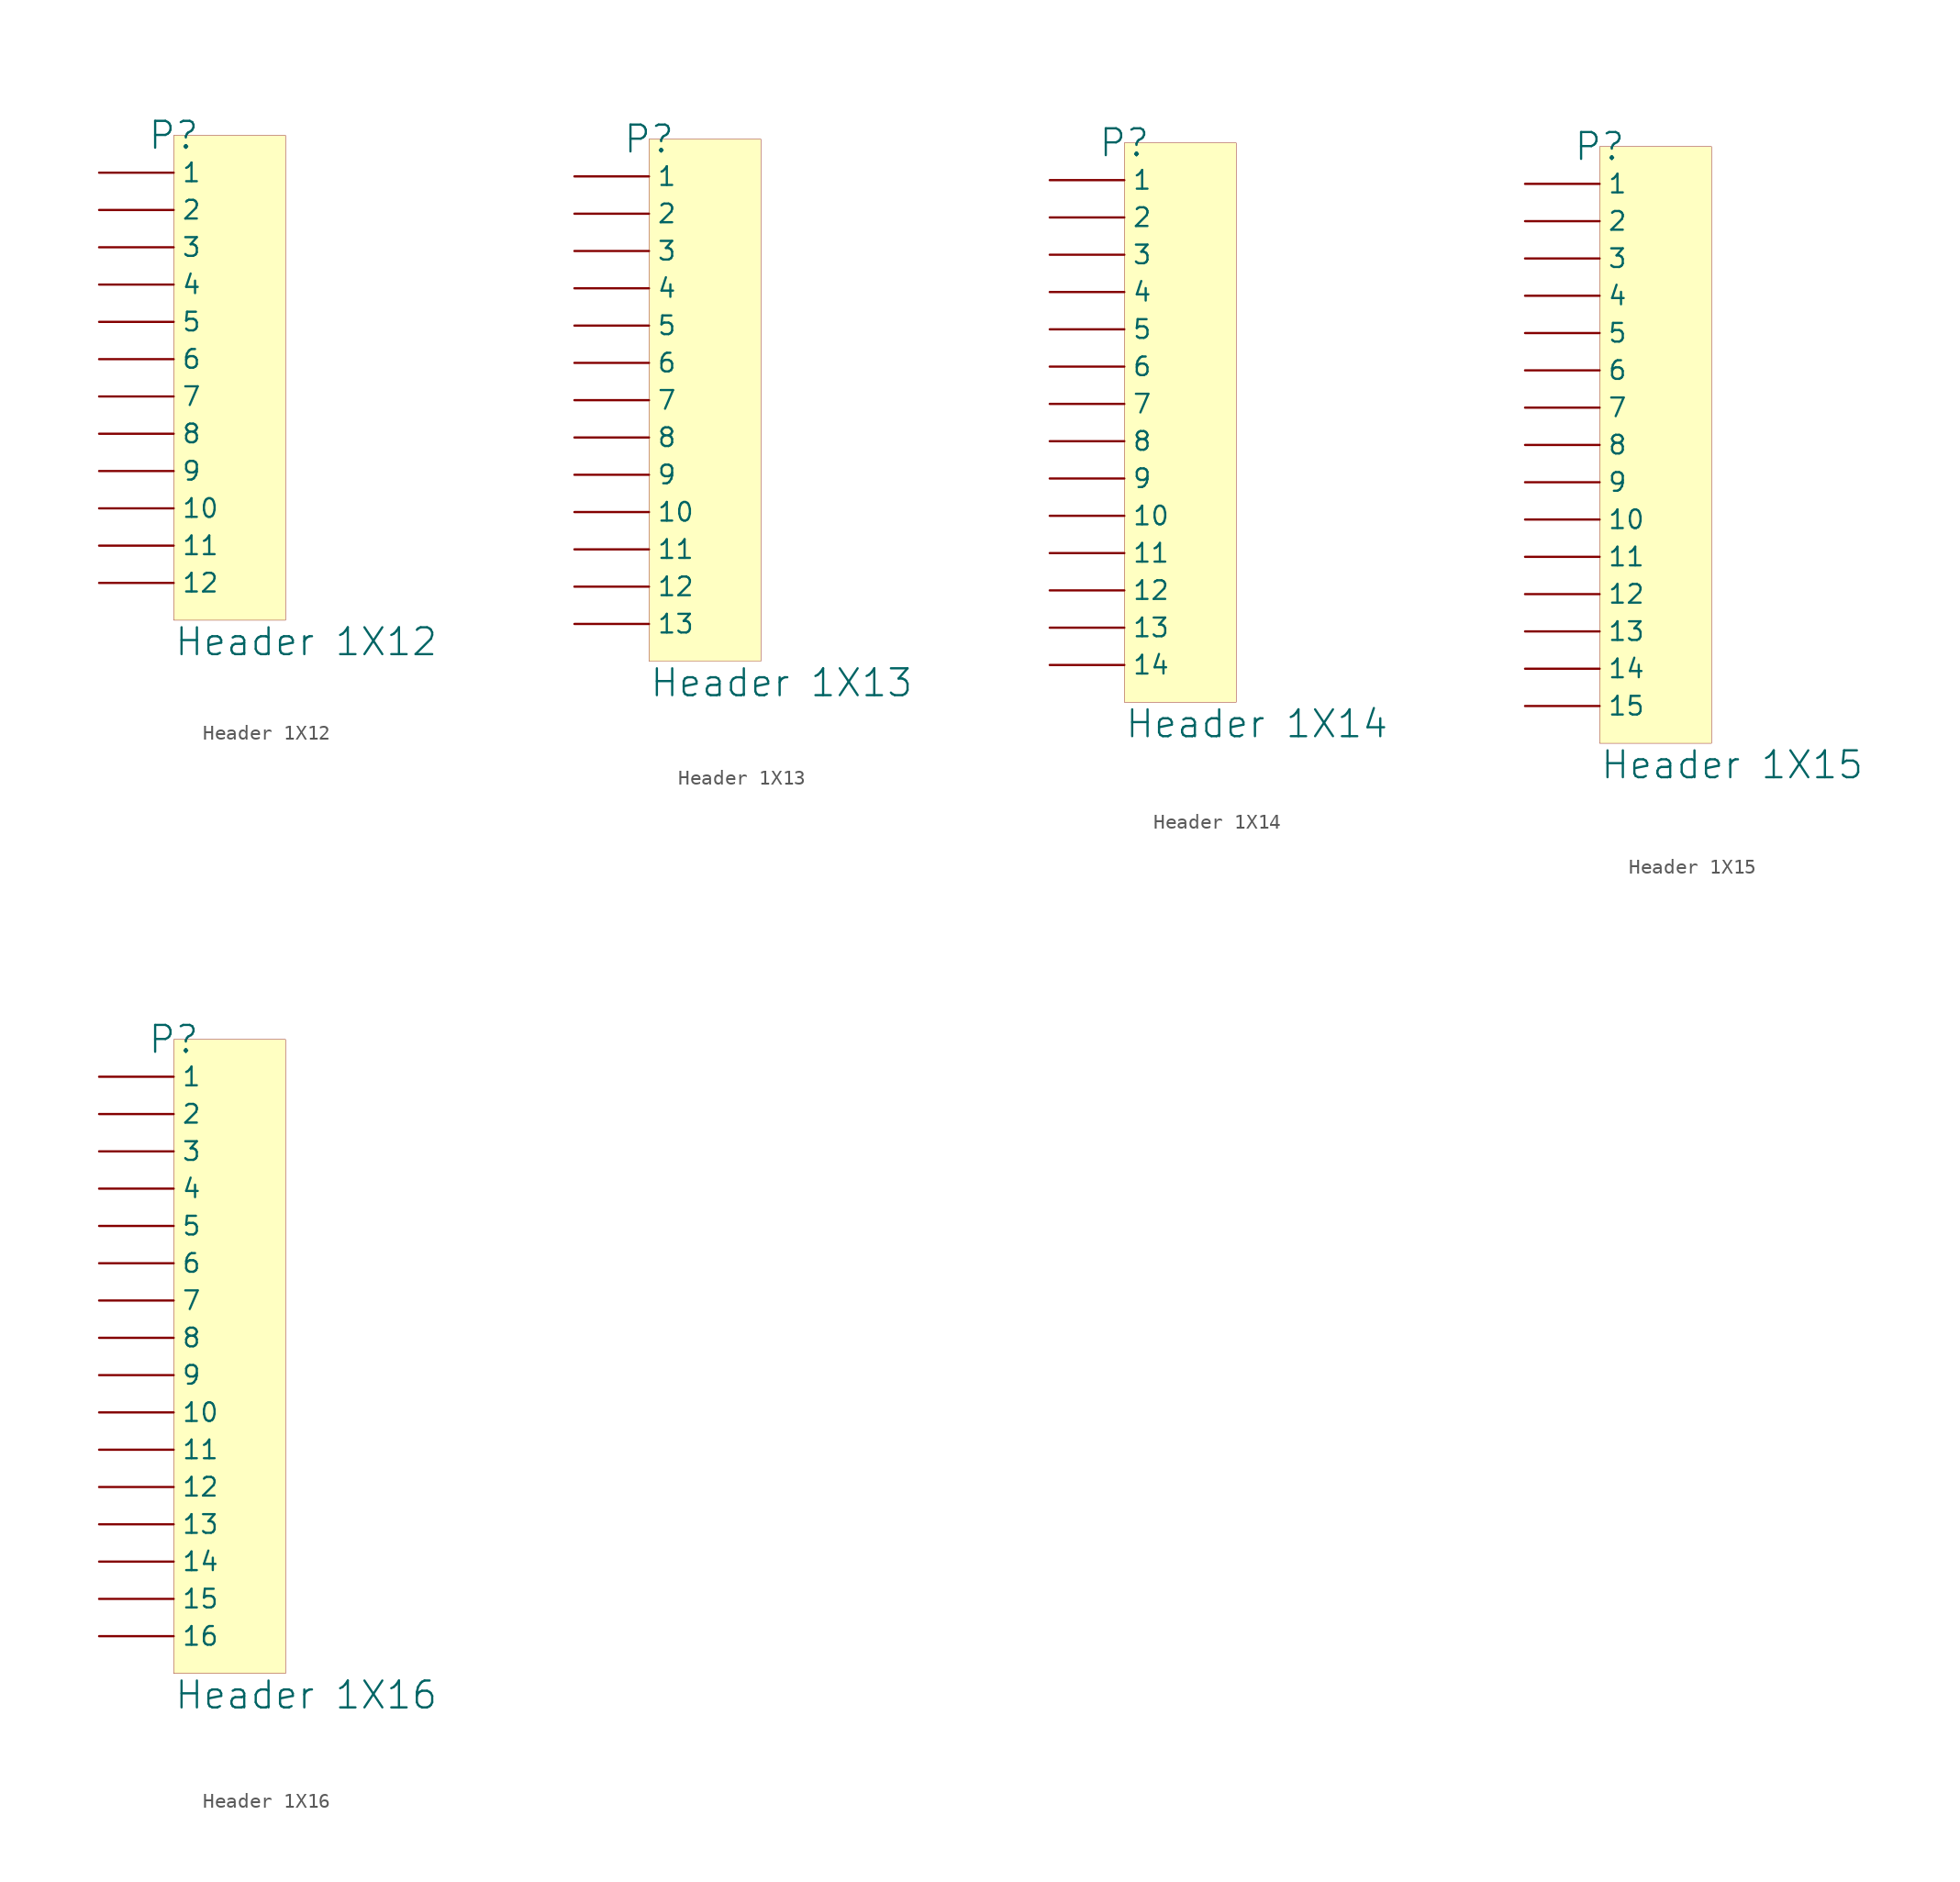
<source format=kicad_sym>
(kicad_symbol_lib
  (version 20241209)
  (generator "kicad_symbol_editor")
  (generator_version "9.0")
  (symbol "Header 1X12"
    (pin_numbers
      (hide yes))
    (property "Reference" "P"
      (at 0 0 0)
      (effects (font (size 1.829 1.829))))
    (property "Value" "Header 1X12"
      (at 0 -35.56 0)
      (effects (font (size 1.829 1.829)) (justify left bottom)))
    (symbol "Header 1X12_1_0"
      (rectangle (start 7.62 0) (end 0 -33.02) (stroke (width 0.025) (type solid) (color 128 0 0 1)) (fill (type background)))
      (pin passive line (at -5.08 -2.54 0) (length 5.08) (name "1" (effects (font (size 1.27 1.27)))) (number "1" (effects (font (size 1.27 1.27)))))
      (pin passive line (at -5.08 -5.08 0) (length 5.08) (name "2" (effects (font (size 1.27 1.27)))) (number "2" (effects (font (size 1.27 1.27)))))
      (pin passive line (at -5.08 -7.62 0) (length 5.08) (name "3" (effects (font (size 1.27 1.27)))) (number "3" (effects (font (size 1.27 1.27)))))
      (pin passive line (at -5.08 -10.16 0) (length 5.08) (name "4" (effects (font (size 1.27 1.27)))) (number "4" (effects (font (size 1.27 1.27)))))
      (pin passive line (at -5.08 -12.7 0) (length 5.08) (name "5" (effects (font (size 1.27 1.27)))) (number "5" (effects (font (size 1.27 1.27)))))
      (pin passive line (at -5.08 -15.24 0) (length 5.08) (name "6" (effects (font (size 1.27 1.27)))) (number "6" (effects (font (size 1.27 1.27)))))
      (pin passive line (at -5.08 -17.78 0) (length 5.08) (name "7" (effects (font (size 1.27 1.27)))) (number "7" (effects (font (size 1.27 1.27)))))
      (pin passive line (at -5.08 -20.32 0) (length 5.08) (name "8" (effects (font (size 1.27 1.27)))) (number "8" (effects (font (size 1.27 1.27)))))
      (pin passive line (at -5.08 -22.86 0) (length 5.08) (name "9" (effects (font (size 1.27 1.27)))) (number "9" (effects (font (size 1.27 1.27)))))
      (pin passive line (at -5.08 -25.4 0) (length 5.08) (name "10" (effects (font (size 1.27 1.27)))) (number "10" (effects (font (size 1.27 1.27)))))
      (pin passive line (at -5.08 -27.94 0) (length 5.08) (name "11" (effects (font (size 1.27 1.27)))) (number "11" (effects (font (size 1.27 1.27)))))
      (pin passive line (at -5.08 -30.48 0) (length 5.08) (name "12" (effects (font (size 1.27 1.27)))) (number "12" (effects (font (size 1.27 1.27)))))))
  (symbol "Header 1X13"
    (pin_numbers
      (hide yes))
    (property "Reference" "P"
      (at 0 0 0)
      (effects (font (size 1.829 1.829))))
    (property "Value" "Header 1X13"
      (at 0 -38.1 0)
      (effects (font (size 1.829 1.829)) (justify left bottom)))
    (symbol "Header 1X13_1_0"
      (rectangle (start 7.62 0) (end 0 -35.56) (stroke (width 0.025) (type solid) (color 128 0 0 1)) (fill (type background)))
      (pin passive line (at -5.08 -2.54 0) (length 5.08) (name "1" (effects (font (size 1.27 1.27)))) (number "1" (effects (font (size 1.27 1.27)))))
      (pin passive line (at -5.08 -5.08 0) (length 5.08) (name "2" (effects (font (size 1.27 1.27)))) (number "2" (effects (font (size 1.27 1.27)))))
      (pin passive line (at -5.08 -7.62 0) (length 5.08) (name "3" (effects (font (size 1.27 1.27)))) (number "3" (effects (font (size 1.27 1.27)))))
      (pin passive line (at -5.08 -10.16 0) (length 5.08) (name "4" (effects (font (size 1.27 1.27)))) (number "4" (effects (font (size 1.27 1.27)))))
      (pin passive line (at -5.08 -12.7 0) (length 5.08) (name "5" (effects (font (size 1.27 1.27)))) (number "5" (effects (font (size 1.27 1.27)))))
      (pin passive line (at -5.08 -15.24 0) (length 5.08) (name "6" (effects (font (size 1.27 1.27)))) (number "6" (effects (font (size 1.27 1.27)))))
      (pin passive line (at -5.08 -17.78 0) (length 5.08) (name "7" (effects (font (size 1.27 1.27)))) (number "7" (effects (font (size 1.27 1.27)))))
      (pin passive line (at -5.08 -20.32 0) (length 5.08) (name "8" (effects (font (size 1.27 1.27)))) (number "8" (effects (font (size 1.27 1.27)))))
      (pin passive line (at -5.08 -22.86 0) (length 5.08) (name "9" (effects (font (size 1.27 1.27)))) (number "9" (effects (font (size 1.27 1.27)))))
      (pin passive line (at -5.08 -25.4 0) (length 5.08) (name "10" (effects (font (size 1.27 1.27)))) (number "10" (effects (font (size 1.27 1.27)))))
      (pin passive line (at -5.08 -27.94 0) (length 5.08) (name "11" (effects (font (size 1.27 1.27)))) (number "11" (effects (font (size 1.27 1.27)))))
      (pin passive line (at -5.08 -30.48 0) (length 5.08) (name "12" (effects (font (size 1.27 1.27)))) (number "12" (effects (font (size 1.27 1.27)))))
      (pin passive line (at -5.08 -33.02 0) (length 5.08) (name "13" (effects (font (size 1.27 1.27)))) (number "13" (effects (font (size 1.27 1.27)))))))
  (symbol "Header 1X14"
    (pin_numbers
      (hide yes))
    (property "Reference" "P"
      (at 0 0 0)
      (effects (font (size 1.829 1.829))))
    (property "Value" "Header 1X14"
      (at 0 -40.64 0)
      (effects (font (size 1.829 1.829)) (justify left bottom)))
    (symbol "Header 1X14_1_0"
      (rectangle (start 7.62 0) (end 0 -38.1) (stroke (width 0.025) (type solid) (color 128 0 0 1)) (fill (type background)))
      (pin passive line (at -5.08 -2.54 0) (length 5.08) (name "1" (effects (font (size 1.27 1.27)))) (number "1" (effects (font (size 1.27 1.27)))))
      (pin passive line (at -5.08 -5.08 0) (length 5.08) (name "2" (effects (font (size 1.27 1.27)))) (number "2" (effects (font (size 1.27 1.27)))))
      (pin passive line (at -5.08 -7.62 0) (length 5.08) (name "3" (effects (font (size 1.27 1.27)))) (number "3" (effects (font (size 1.27 1.27)))))
      (pin passive line (at -5.08 -10.16 0) (length 5.08) (name "4" (effects (font (size 1.27 1.27)))) (number "4" (effects (font (size 1.27 1.27)))))
      (pin passive line (at -5.08 -12.7 0) (length 5.08) (name "5" (effects (font (size 1.27 1.27)))) (number "5" (effects (font (size 1.27 1.27)))))
      (pin passive line (at -5.08 -15.24 0) (length 5.08) (name "6" (effects (font (size 1.27 1.27)))) (number "6" (effects (font (size 1.27 1.27)))))
      (pin passive line (at -5.08 -17.78 0) (length 5.08) (name "7" (effects (font (size 1.27 1.27)))) (number "7" (effects (font (size 1.27 1.27)))))
      (pin passive line (at -5.08 -20.32 0) (length 5.08) (name "8" (effects (font (size 1.27 1.27)))) (number "8" (effects (font (size 1.27 1.27)))))
      (pin passive line (at -5.08 -22.86 0) (length 5.08) (name "9" (effects (font (size 1.27 1.27)))) (number "9" (effects (font (size 1.27 1.27)))))
      (pin passive line (at -5.08 -25.4 0) (length 5.08) (name "10" (effects (font (size 1.27 1.27)))) (number "10" (effects (font (size 1.27 1.27)))))
      (pin passive line (at -5.08 -27.94 0) (length 5.08) (name "11" (effects (font (size 1.27 1.27)))) (number "11" (effects (font (size 1.27 1.27)))))
      (pin passive line (at -5.08 -30.48 0) (length 5.08) (name "12" (effects (font (size 1.27 1.27)))) (number "12" (effects (font (size 1.27 1.27)))))
      (pin passive line (at -5.08 -33.02 0) (length 5.08) (name "13" (effects (font (size 1.27 1.27)))) (number "13" (effects (font (size 1.27 1.27)))))
      (pin passive line (at -5.08 -35.56 0) (length 5.08) (name "14" (effects (font (size 1.27 1.27)))) (number "14" (effects (font (size 1.27 1.27)))))))
  (symbol "Header 1X15"
    (pin_numbers
      (hide yes))
    (property "Reference" "P"
      (at 0 0 0)
      (effects (font (size 1.829 1.829))))
    (property "Value" "Header 1X15"
      (at 0 -43.18 0)
      (effects (font (size 1.829 1.829)) (justify left bottom)))
    (symbol "Header 1X15_1_0"
      (rectangle (start 7.62 0) (end 0 -40.64) (stroke (width 0.025) (type solid) (color 128 0 0 1)) (fill (type background)))
      (pin passive line (at -5.08 -2.54 0) (length 5.08) (name "1" (effects (font (size 1.27 1.27)))) (number "1" (effects (font (size 1.27 1.27)))))
      (pin passive line (at -5.08 -5.08 0) (length 5.08) (name "2" (effects (font (size 1.27 1.27)))) (number "2" (effects (font (size 1.27 1.27)))))
      (pin passive line (at -5.08 -7.62 0) (length 5.08) (name "3" (effects (font (size 1.27 1.27)))) (number "3" (effects (font (size 1.27 1.27)))))
      (pin passive line (at -5.08 -10.16 0) (length 5.08) (name "4" (effects (font (size 1.27 1.27)))) (number "4" (effects (font (size 1.27 1.27)))))
      (pin passive line (at -5.08 -12.7 0) (length 5.08) (name "5" (effects (font (size 1.27 1.27)))) (number "5" (effects (font (size 1.27 1.27)))))
      (pin passive line (at -5.08 -15.24 0) (length 5.08) (name "6" (effects (font (size 1.27 1.27)))) (number "6" (effects (font (size 1.27 1.27)))))
      (pin passive line (at -5.08 -17.78 0) (length 5.08) (name "7" (effects (font (size 1.27 1.27)))) (number "7" (effects (font (size 1.27 1.27)))))
      (pin passive line (at -5.08 -20.32 0) (length 5.08) (name "8" (effects (font (size 1.27 1.27)))) (number "8" (effects (font (size 1.27 1.27)))))
      (pin passive line (at -5.08 -22.86 0) (length 5.08) (name "9" (effects (font (size 1.27 1.27)))) (number "9" (effects (font (size 1.27 1.27)))))
      (pin passive line (at -5.08 -25.4 0) (length 5.08) (name "10" (effects (font (size 1.27 1.27)))) (number "10" (effects (font (size 1.27 1.27)))))
      (pin passive line (at -5.08 -27.94 0) (length 5.08) (name "11" (effects (font (size 1.27 1.27)))) (number "11" (effects (font (size 1.27 1.27)))))
      (pin passive line (at -5.08 -30.48 0) (length 5.08) (name "12" (effects (font (size 1.27 1.27)))) (number "12" (effects (font (size 1.27 1.27)))))
      (pin passive line (at -5.08 -33.02 0) (length 5.08) (name "13" (effects (font (size 1.27 1.27)))) (number "13" (effects (font (size 1.27 1.27)))))
      (pin passive line (at -5.08 -35.56 0) (length 5.08) (name "14" (effects (font (size 1.27 1.27)))) (number "14" (effects (font (size 1.27 1.27)))))
      (pin passive line (at -5.08 -38.1 0) (length 5.08) (name "15" (effects (font (size 1.27 1.27)))) (number "15" (effects (font (size 1.27 1.27)))))))
  (symbol "Header 1X16"
    (pin_numbers
      (hide yes))
    (property "Reference" "P"
      (at 0 0 0)
      (effects (font (size 1.829 1.829))))
    (property "Value" "Header 1X16"
      (at 0 -45.72 0)
      (effects (font (size 1.829 1.829)) (justify left bottom)))
    (symbol "Header 1X16_1_0"
      (rectangle (start 7.62 0) (end 0 -43.18) (stroke (width 0.025) (type solid) (color 128 0 0 1)) (fill (type background)))
      (pin passive line (at -5.08 -2.54 0) (length 5.08) (name "1" (effects (font (size 1.27 1.27)))) (number "1" (effects (font (size 1.27 1.27)))))
      (pin passive line (at -5.08 -5.08 0) (length 5.08) (name "2" (effects (font (size 1.27 1.27)))) (number "2" (effects (font (size 1.27 1.27)))))
      (pin passive line (at -5.08 -7.62 0) (length 5.08) (name "3" (effects (font (size 1.27 1.27)))) (number "3" (effects (font (size 1.27 1.27)))))
      (pin passive line (at -5.08 -10.16 0) (length 5.08) (name "4" (effects (font (size 1.27 1.27)))) (number "4" (effects (font (size 1.27 1.27)))))
      (pin passive line (at -5.08 -12.7 0) (length 5.08) (name "5" (effects (font (size 1.27 1.27)))) (number "5" (effects (font (size 1.27 1.27)))))
      (pin passive line (at -5.08 -15.24 0) (length 5.08) (name "6" (effects (font (size 1.27 1.27)))) (number "6" (effects (font (size 1.27 1.27)))))
      (pin passive line (at -5.08 -17.78 0) (length 5.08) (name "7" (effects (font (size 1.27 1.27)))) (number "7" (effects (font (size 1.27 1.27)))))
      (pin passive line (at -5.08 -20.32 0) (length 5.08) (name "8" (effects (font (size 1.27 1.27)))) (number "8" (effects (font (size 1.27 1.27)))))
      (pin passive line (at -5.08 -22.86 0) (length 5.08) (name "9" (effects (font (size 1.27 1.27)))) (number "9" (effects (font (size 1.27 1.27)))))
      (pin passive line (at -5.08 -25.4 0) (length 5.08) (name "10" (effects (font (size 1.27 1.27)))) (number "10" (effects (font (size 1.27 1.27)))))
      (pin passive line (at -5.08 -27.94 0) (length 5.08) (name "11" (effects (font (size 1.27 1.27)))) (number "11" (effects (font (size 1.27 1.27)))))
      (pin passive line (at -5.08 -30.48 0) (length 5.08) (name "12" (effects (font (size 1.27 1.27)))) (number "12" (effects (font (size 1.27 1.27)))))
      (pin passive line (at -5.08 -33.02 0) (length 5.08) (name "13" (effects (font (size 1.27 1.27)))) (number "13" (effects (font (size 1.27 1.27)))))
      (pin passive line (at -5.08 -35.56 0) (length 5.08) (name "14" (effects (font (size 1.27 1.27)))) (number "14" (effects (font (size 1.27 1.27)))))
      (pin passive line (at -5.08 -38.1 0) (length 5.08) (name "15" (effects (font (size 1.27 1.27)))) (number "15" (effects (font (size 1.27 1.27)))))
      (pin passive line (at -5.08 -40.64 0) (length 5.08) (name "16" (effects (font (size 1.27 1.27)))) (number "16" (effects (font (size 1.27 1.27))))))))
</source>
